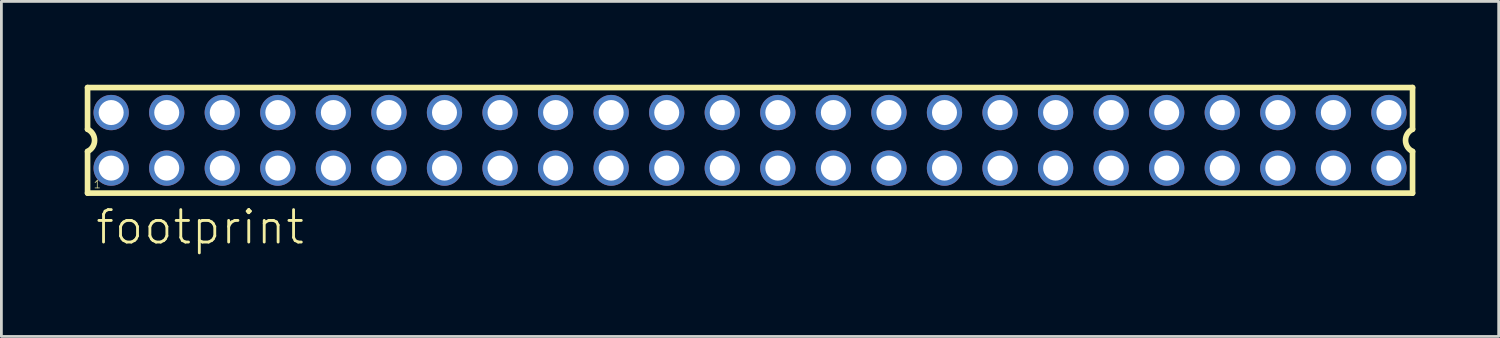
<source format=kicad_pcb>
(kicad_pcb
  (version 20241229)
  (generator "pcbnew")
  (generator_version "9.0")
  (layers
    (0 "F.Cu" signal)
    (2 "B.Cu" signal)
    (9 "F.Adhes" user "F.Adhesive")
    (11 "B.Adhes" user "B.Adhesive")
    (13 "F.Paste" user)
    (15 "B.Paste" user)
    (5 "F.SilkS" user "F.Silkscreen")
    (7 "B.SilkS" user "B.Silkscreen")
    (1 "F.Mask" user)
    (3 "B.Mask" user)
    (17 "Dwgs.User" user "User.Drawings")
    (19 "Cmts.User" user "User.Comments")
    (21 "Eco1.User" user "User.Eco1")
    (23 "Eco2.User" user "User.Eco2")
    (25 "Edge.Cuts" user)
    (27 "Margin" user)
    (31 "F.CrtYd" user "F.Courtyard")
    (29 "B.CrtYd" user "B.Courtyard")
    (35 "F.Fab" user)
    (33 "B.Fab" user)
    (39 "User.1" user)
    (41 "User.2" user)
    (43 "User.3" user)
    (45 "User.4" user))
  (footprint "footprint"
    (layer "F.Cu")
    (at 23.952 2.002)
    (property "Reference" "footprint" (at -23.62 3.81 0) (layer "F.SilkS") (effects (font (size 1.168 1.168) (thickness 0.102)) (justify left bottom)))
    (fp_line (start -23.85 -1.9) (end -23.85 -0.4) (stroke (width 0.203) (type solid)) (layer "F.SilkS"))
    (fp_line (start -23.85 0.4) (end -23.85 1.9) (stroke (width 0.203) (type solid)) (layer "F.SilkS"))
    (fp_line (start -23.85 1.9) (end 23.85 1.9) (stroke (width 0.203) (type solid)) (layer "F.SilkS"))
    (fp_line (start 23.85 -1.9) (end -23.85 -1.9) (stroke (width 0.203) (type solid)) (layer "F.SilkS"))
    (fp_line (start 23.85 -0.4) (end 23.85 -1.9) (stroke (width 0.203) (type solid)) (layer "F.SilkS"))
    (fp_line (start 23.85 1.9) (end 23.85 0.4) (stroke (width 0.203) (type solid)) (layer "F.SilkS"))
    (fp_arc (start -23.85 -0.4) (mid -23.597168 -0.000001) (end -23.849998 0.399999) (stroke (width 0.2032) (type solid)) (layer "F.SilkS"))
    (fp_arc (start 23.85 0.4) (mid 23.597168 0.000001) (end 23.849998 -0.399999) (stroke (width 0.2032) (type solid)) (layer "F.SilkS"))
    (fp_poly (pts (xy -23.25 -0.75) (xy -22.75 -0.75) (xy -22.75 -1.25) (xy -23.25 -1.25)) (stroke (width 0.1) (type solid)) (fill no) (layer "F.Fab"))
    (fp_poly (pts (xy -23.25 1.25) (xy -22.75 1.25) (xy -22.75 0.75) (xy -23.25 0.75)) (stroke (width 0.1) (type solid)) (fill no) (layer "F.Fab"))
    (fp_poly (pts (xy -21.25 -0.75) (xy -20.75 -0.75) (xy -20.75 -1.25) (xy -21.25 -1.25)) (stroke (width 0.1) (type solid)) (fill no) (layer "F.Fab"))
    (fp_poly (pts (xy -21.25 1.25) (xy -20.75 1.25) (xy -20.75 0.75) (xy -21.25 0.75)) (stroke (width 0.1) (type solid)) (fill no) (layer "F.Fab"))
    (fp_poly (pts (xy -19.25 -0.75) (xy -18.75 -0.75) (xy -18.75 -1.25) (xy -19.25 -1.25)) (stroke (width 0.1) (type solid)) (fill no) (layer "F.Fab"))
    (fp_poly (pts (xy -19.25 1.25) (xy -18.75 1.25) (xy -18.75 0.75) (xy -19.25 0.75)) (stroke (width 0.1) (type solid)) (fill no) (layer "F.Fab"))
    (fp_poly (pts (xy -17.25 -0.75) (xy -16.75 -0.75) (xy -16.75 -1.25) (xy -17.25 -1.25)) (stroke (width 0.1) (type solid)) (fill no) (layer "F.Fab"))
    (fp_poly (pts (xy -17.25 1.25) (xy -16.75 1.25) (xy -16.75 0.75) (xy -17.25 0.75)) (stroke (width 0.1) (type solid)) (fill no) (layer "F.Fab"))
    (fp_poly (pts (xy -15.25 -0.75) (xy -14.75 -0.75) (xy -14.75 -1.25) (xy -15.25 -1.25)) (stroke (width 0.1) (type solid)) (fill no) (layer "F.Fab"))
    (fp_poly (pts (xy -15.25 1.25) (xy -14.75 1.25) (xy -14.75 0.75) (xy -15.25 0.75)) (stroke (width 0.1) (type solid)) (fill no) (layer "F.Fab"))
    (fp_poly (pts (xy -13.25 -0.75) (xy -12.75 -0.75) (xy -12.75 -1.25) (xy -13.25 -1.25)) (stroke (width 0.1) (type solid)) (fill no) (layer "F.Fab"))
    (fp_poly (pts (xy -13.25 1.25) (xy -12.75 1.25) (xy -12.75 0.75) (xy -13.25 0.75)) (stroke (width 0.1) (type solid)) (fill no) (layer "F.Fab"))
    (fp_poly (pts (xy -11.25 -0.75) (xy -10.75 -0.75) (xy -10.75 -1.25) (xy -11.25 -1.25)) (stroke (width 0.1) (type solid)) (fill no) (layer "F.Fab"))
    (fp_poly (pts (xy -11.25 1.25) (xy -10.75 1.25) (xy -10.75 0.75) (xy -11.25 0.75)) (stroke (width 0.1) (type solid)) (fill no) (layer "F.Fab"))
    (fp_poly (pts (xy -9.25 -0.75) (xy -8.75 -0.75) (xy -8.75 -1.25) (xy -9.25 -1.25)) (stroke (width 0.1) (type solid)) (fill no) (layer "F.Fab"))
    (fp_poly (pts (xy -9.25 1.25) (xy -8.75 1.25) (xy -8.75 0.75) (xy -9.25 0.75)) (stroke (width 0.1) (type solid)) (fill no) (layer "F.Fab"))
    (fp_poly (pts (xy -7.25 -0.75) (xy -6.75 -0.75) (xy -6.75 -1.25) (xy -7.25 -1.25)) (stroke (width 0.1) (type solid)) (fill no) (layer "F.Fab"))
    (fp_poly (pts (xy -7.25 1.25) (xy -6.75 1.25) (xy -6.75 0.75) (xy -7.25 0.75)) (stroke (width 0.1) (type solid)) (fill no) (layer "F.Fab"))
    (fp_poly (pts (xy -5.25 -0.75) (xy -4.75 -0.75) (xy -4.75 -1.25) (xy -5.25 -1.25)) (stroke (width 0.1) (type solid)) (fill no) (layer "F.Fab"))
    (fp_poly (pts (xy -5.25 1.25) (xy -4.75 1.25) (xy -4.75 0.75) (xy -5.25 0.75)) (stroke (width 0.1) (type solid)) (fill no) (layer "F.Fab"))
    (fp_poly (pts (xy -3.25 -0.75) (xy -2.75 -0.75) (xy -2.75 -1.25) (xy -3.25 -1.25)) (stroke (width 0.1) (type solid)) (fill no) (layer "F.Fab"))
    (fp_poly (pts (xy -3.25 1.25) (xy -2.75 1.25) (xy -2.75 0.75) (xy -3.25 0.75)) (stroke (width 0.1) (type solid)) (fill no) (layer "F.Fab"))
    (fp_poly (pts (xy -1.25 -0.75) (xy -0.75 -0.75) (xy -0.75 -1.25) (xy -1.25 -1.25)) (stroke (width 0.1) (type solid)) (fill no) (layer "F.Fab"))
    (fp_poly (pts (xy -1.25 1.25) (xy -0.75 1.25) (xy -0.75 0.75) (xy -1.25 0.75)) (stroke (width 0.1) (type solid)) (fill no) (layer "F.Fab"))
    (fp_poly (pts (xy 0.75 -0.75) (xy 1.25 -0.75) (xy 1.25 -1.25) (xy 0.75 -1.25)) (stroke (width 0.1) (type solid)) (fill no) (layer "F.Fab"))
    (fp_poly (pts (xy 0.75 1.25) (xy 1.25 1.25) (xy 1.25 0.75) (xy 0.75 0.75)) (stroke (width 0.1) (type solid)) (fill no) (layer "F.Fab"))
    (fp_poly (pts (xy 2.75 -0.75) (xy 3.25 -0.75) (xy 3.25 -1.25) (xy 2.75 -1.25)) (stroke (width 0.1) (type solid)) (fill no) (layer "F.Fab"))
    (fp_poly (pts (xy 2.75 1.25) (xy 3.25 1.25) (xy 3.25 0.75) (xy 2.75 0.75)) (stroke (width 0.1) (type solid)) (fill no) (layer "F.Fab"))
    (fp_poly (pts (xy 4.75 -0.75) (xy 5.25 -0.75) (xy 5.25 -1.25) (xy 4.75 -1.25)) (stroke (width 0.1) (type solid)) (fill no) (layer "F.Fab"))
    (fp_poly (pts (xy 4.75 1.25) (xy 5.25 1.25) (xy 5.25 0.75) (xy 4.75 0.75)) (stroke (width 0.1) (type solid)) (fill no) (layer "F.Fab"))
    (fp_poly (pts (xy 6.75 -0.75) (xy 7.25 -0.75) (xy 7.25 -1.25) (xy 6.75 -1.25)) (stroke (width 0.1) (type solid)) (fill no) (layer "F.Fab"))
    (fp_poly (pts (xy 6.75 1.25) (xy 7.25 1.25) (xy 7.25 0.75) (xy 6.75 0.75)) (stroke (width 0.1) (type solid)) (fill no) (layer "F.Fab"))
    (fp_poly (pts (xy 8.75 -0.75) (xy 9.25 -0.75) (xy 9.25 -1.25) (xy 8.75 -1.25)) (stroke (width 0.1) (type solid)) (fill no) (layer "F.Fab"))
    (fp_poly (pts (xy 8.75 1.25) (xy 9.25 1.25) (xy 9.25 0.75) (xy 8.75 0.75)) (stroke (width 0.1) (type solid)) (fill no) (layer "F.Fab"))
    (fp_poly (pts (xy 10.75 -0.75) (xy 11.25 -0.75) (xy 11.25 -1.25) (xy 10.75 -1.25)) (stroke (width 0.1) (type solid)) (fill no) (layer "F.Fab"))
    (fp_poly (pts (xy 10.75 1.25) (xy 11.25 1.25) (xy 11.25 0.75) (xy 10.75 0.75)) (stroke (width 0.1) (type solid)) (fill no) (layer "F.Fab"))
    (fp_poly (pts (xy 12.75 -0.75) (xy 13.25 -0.75) (xy 13.25 -1.25) (xy 12.75 -1.25)) (stroke (width 0.1) (type solid)) (fill no) (layer "F.Fab"))
    (fp_poly (pts (xy 12.75 1.25) (xy 13.25 1.25) (xy 13.25 0.75) (xy 12.75 0.75)) (stroke (width 0.1) (type solid)) (fill no) (layer "F.Fab"))
    (fp_poly (pts (xy 14.75 -0.75) (xy 15.25 -0.75) (xy 15.25 -1.25) (xy 14.75 -1.25)) (stroke (width 0.1) (type solid)) (fill no) (layer "F.Fab"))
    (fp_poly (pts (xy 14.75 1.25) (xy 15.25 1.25) (xy 15.25 0.75) (xy 14.75 0.75)) (stroke (width 0.1) (type solid)) (fill no) (layer "F.Fab"))
    (fp_poly (pts (xy 16.75 -0.75) (xy 17.25 -0.75) (xy 17.25 -1.25) (xy 16.75 -1.25)) (stroke (width 0.1) (type solid)) (fill no) (layer "F.Fab"))
    (fp_poly (pts (xy 16.75 1.25) (xy 17.25 1.25) (xy 17.25 0.75) (xy 16.75 0.75)) (stroke (width 0.1) (type solid)) (fill no) (layer "F.Fab"))
    (fp_poly (pts (xy 18.75 -0.75) (xy 19.25 -0.75) (xy 19.25 -1.25) (xy 18.75 -1.25)) (stroke (width 0.1) (type solid)) (fill no) (layer "F.Fab"))
    (fp_poly (pts (xy 18.75 1.25) (xy 19.25 1.25) (xy 19.25 0.75) (xy 18.75 0.75)) (stroke (width 0.1) (type solid)) (fill no) (layer "F.Fab"))
    (fp_poly (pts (xy 20.75 -0.75) (xy 21.25 -0.75) (xy 21.25 -1.25) (xy 20.75 -1.25)) (stroke (width 0.1) (type solid)) (fill no) (layer "F.Fab"))
    (fp_poly (pts (xy 20.75 1.25) (xy 21.25 1.25) (xy 21.25 0.75) (xy 20.75 0.75)) (stroke (width 0.1) (type solid)) (fill no) (layer "F.Fab"))
    (fp_poly (pts (xy 22.75 -0.75) (xy 23.25 -0.75) (xy 23.25 -1.25) (xy 22.75 -1.25)) (stroke (width 0.1) (type solid)) (fill no) (layer "F.Fab"))
    (fp_poly (pts (xy 22.75 1.25) (xy 23.25 1.25) (xy 23.25 0.75) (xy 22.75 0.75)) (stroke (width 0.1) (type solid)) (fill no) (layer "F.Fab"))
    (fp_text user "1" (at -23.65 1.75 0) (layer "F.SilkS") (effects (font (size 0.28 0.28) (thickness 0.024)) (justify left bottom)))
    (pad "1" thru_hole circle (at -23 1) (size 1.27 1.27) (drill 0.9) (layers "*.Cu" "*.Mask"))
    (pad "2" thru_hole circle (at -23 -1) (size 1.27 1.27) (drill 0.9) (layers "*.Cu" "*.Mask"))
    (pad "3" thru_hole circle (at -21 1) (size 1.27 1.27) (drill 0.9) (layers "*.Cu" "*.Mask"))
    (pad "4" thru_hole circle (at -21 -1) (size 1.27 1.27) (drill 0.9) (layers "*.Cu" "*.Mask"))
    (pad "5" thru_hole circle (at -19 1) (size 1.27 1.27) (drill 0.9) (layers "*.Cu" "*.Mask"))
    (pad "6" thru_hole circle (at -19 -1) (size 1.27 1.27) (drill 0.9) (layers "*.Cu" "*.Mask"))
    (pad "7" thru_hole circle (at -17 1) (size 1.27 1.27) (drill 0.9) (layers "*.Cu" "*.Mask"))
    (pad "8" thru_hole circle (at -17 -1) (size 1.27 1.27) (drill 0.9) (layers "*.Cu" "*.Mask"))
    (pad "9" thru_hole circle (at -15 1) (size 1.27 1.27) (drill 0.9) (layers "*.Cu" "*.Mask"))
    (pad "10" thru_hole circle (at -15 -1) (size 1.27 1.27) (drill 0.9) (layers "*.Cu" "*.Mask"))
    (pad "11" thru_hole circle (at -13 1) (size 1.27 1.27) (drill 0.9) (layers "*.Cu" "*.Mask"))
    (pad "12" thru_hole circle (at -13 -1) (size 1.27 1.27) (drill 0.9) (layers "*.Cu" "*.Mask"))
    (pad "13" thru_hole circle (at -11 1) (size 1.27 1.27) (drill 0.9) (layers "*.Cu" "*.Mask"))
    (pad "14" thru_hole circle (at -11 -1) (size 1.27 1.27) (drill 0.9) (layers "*.Cu" "*.Mask"))
    (pad "15" thru_hole circle (at -9 1) (size 1.27 1.27) (drill 0.9) (layers "*.Cu" "*.Mask"))
    (pad "16" thru_hole circle (at -9 -1) (size 1.27 1.27) (drill 0.9) (layers "*.Cu" "*.Mask"))
    (pad "17" thru_hole circle (at -7 1) (size 1.27 1.27) (drill 0.9) (layers "*.Cu" "*.Mask"))
    (pad "18" thru_hole circle (at -7 -1) (size 1.27 1.27) (drill 0.9) (layers "*.Cu" "*.Mask"))
    (pad "19" thru_hole circle (at -5 1) (size 1.27 1.27) (drill 0.9) (layers "*.Cu" "*.Mask"))
    (pad "20" thru_hole circle (at -5 -1) (size 1.27 1.27) (drill 0.9) (layers "*.Cu" "*.Mask"))
    (pad "21" thru_hole circle (at -3 1) (size 1.27 1.27) (drill 0.9) (layers "*.Cu" "*.Mask"))
    (pad "22" thru_hole circle (at -3 -1) (size 1.27 1.27) (drill 0.9) (layers "*.Cu" "*.Mask"))
    (pad "23" thru_hole circle (at -1 1) (size 1.27 1.27) (drill 0.9) (layers "*.Cu" "*.Mask"))
    (pad "24" thru_hole circle (at -1 -1) (size 1.27 1.27) (drill 0.9) (layers "*.Cu" "*.Mask"))
    (pad "25" thru_hole circle (at 1 1) (size 1.27 1.27) (drill 0.9) (layers "*.Cu" "*.Mask"))
    (pad "26" thru_hole circle (at 1 -1) (size 1.27 1.27) (drill 0.9) (layers "*.Cu" "*.Mask"))
    (pad "27" thru_hole circle (at 3 1) (size 1.27 1.27) (drill 0.9) (layers "*.Cu" "*.Mask"))
    (pad "28" thru_hole circle (at 3 -1) (size 1.27 1.27) (drill 0.9) (layers "*.Cu" "*.Mask"))
    (pad "29" thru_hole circle (at 5 1) (size 1.27 1.27) (drill 0.9) (layers "*.Cu" "*.Mask"))
    (pad "30" thru_hole circle (at 5 -1) (size 1.27 1.27) (drill 0.9) (layers "*.Cu" "*.Mask"))
    (pad "31" thru_hole circle (at 7 1) (size 1.27 1.27) (drill 0.9) (layers "*.Cu" "*.Mask"))
    (pad "32" thru_hole circle (at 7 -1) (size 1.27 1.27) (drill 0.9) (layers "*.Cu" "*.Mask"))
    (pad "33" thru_hole circle (at 9 1) (size 1.27 1.27) (drill 0.9) (layers "*.Cu" "*.Mask"))
    (pad "34" thru_hole circle (at 9 -1) (size 1.27 1.27) (drill 0.9) (layers "*.Cu" "*.Mask"))
    (pad "35" thru_hole circle (at 11 1) (size 1.27 1.27) (drill 0.9) (layers "*.Cu" "*.Mask"))
    (pad "36" thru_hole circle (at 11 -1) (size 1.27 1.27) (drill 0.9) (layers "*.Cu" "*.Mask"))
    (pad "37" thru_hole circle (at 13 1) (size 1.27 1.27) (drill 0.9) (layers "*.Cu" "*.Mask"))
    (pad "38" thru_hole circle (at 13 -1) (size 1.27 1.27) (drill 0.9) (layers "*.Cu" "*.Mask"))
    (pad "39" thru_hole circle (at 15 1) (size 1.27 1.27) (drill 0.9) (layers "*.Cu" "*.Mask"))
    (pad "40" thru_hole circle (at 15 -1) (size 1.27 1.27) (drill 0.9) (layers "*.Cu" "*.Mask"))
    (pad "41" thru_hole circle (at 17 1) (size 1.27 1.27) (drill 0.9) (layers "*.Cu" "*.Mask"))
    (pad "42" thru_hole circle (at 17 -1) (size 1.27 1.27) (drill 0.9) (layers "*.Cu" "*.Mask"))
    (pad "43" thru_hole circle (at 19 1) (size 1.27 1.27) (drill 0.9) (layers "*.Cu" "*.Mask"))
    (pad "44" thru_hole circle (at 19 -1) (size 1.27 1.27) (drill 0.9) (layers "*.Cu" "*.Mask"))
    (pad "45" thru_hole circle (at 21 1) (size 1.27 1.27) (drill 0.9) (layers "*.Cu" "*.Mask"))
    (pad "46" thru_hole circle (at 21 -1) (size 1.27 1.27) (drill 0.9) (layers "*.Cu" "*.Mask"))
    (pad "47" thru_hole circle (at 23 1) (size 1.27 1.27) (drill 0.9) (layers "*.Cu" "*.Mask"))
    (pad "48" thru_hole circle (at 23 -1) (size 1.27 1.27) (drill 0.9) (layers "*.Cu" "*.Mask")))
  (gr_rect
    (start -3 -3)
    (end 50.903 9.062)
    (stroke (width 0.1) (type default))
    (fill no)
    (layer "Edge.Cuts")))
</source>
